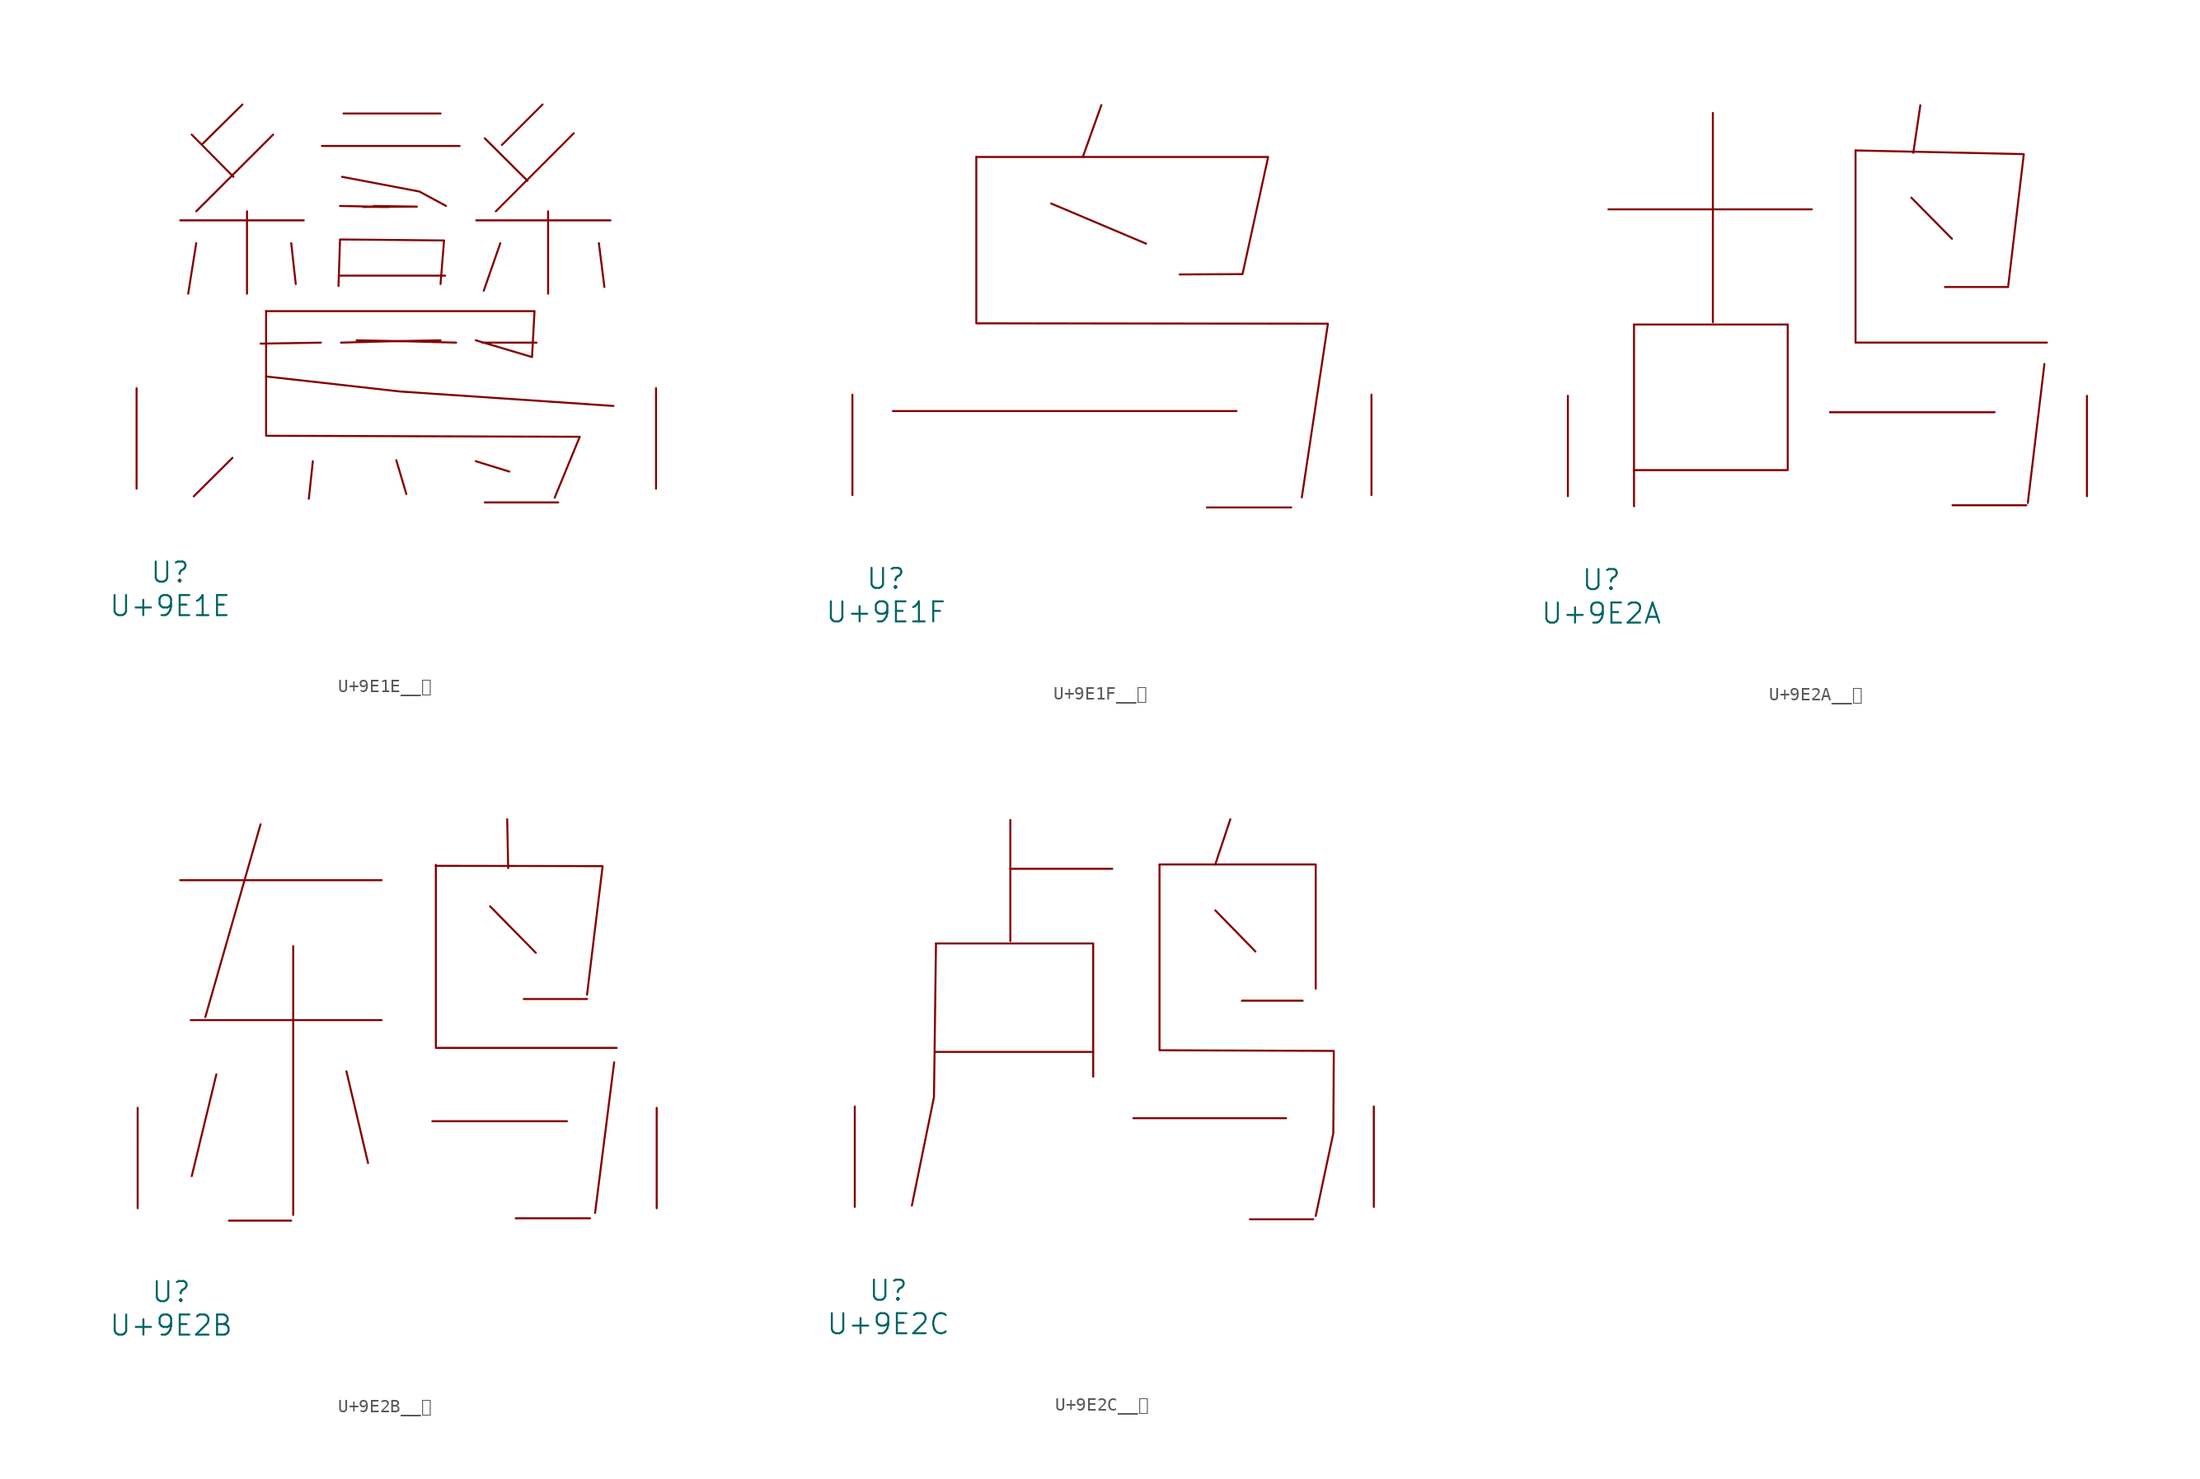
<source format=kicad_sym>
(kicad_symbol_lib
  (version 20231120)
  (generator "kicad_symbol_editor")
  (generator_version "8.0")
  (symbol "U+9E1E__鸞"
    (pin_names
      (offset 1.016))
    (property "Reference" "U"
      (at 0 -6.35 0)
      (effects (font (size 1.524 1.524))))
    (property "Value" "U+9E1E"
      (at 0 -8.89 0)
      (effects (font (size 1.524 1.524))))
    (symbol "U+9E1E__鸞_0_1"
      (polyline (pts (xy 0.762 20.345) (xy 10.135 20.345)) (stroke (width 0) (type solid)) (fill (type none)))
      (polyline (pts (xy 1.638 26.848) (xy 4.801 23.647)) (stroke (width 0) (type solid)) (fill (type none)))
      (polyline (pts (xy 1.981 18.618) (xy 1.372 14.783)) (stroke (width 0) (type solid)) (fill (type none)))
      (polyline (pts (xy 4.724 2.337) (xy 1.791 -0.584)) (stroke (width 0) (type solid)) (fill (type none)))
      (polyline (pts (xy 5.486 29.134) (xy 2.477 26.162)) (stroke (width 0) (type solid)) (fill (type none)))
      (polyline (pts (xy 5.829 21.031) (xy 5.829 14.783)) (stroke (width 0) (type solid)) (fill (type none)))
      (polyline (pts (xy 7.811 26.848) (xy 1.981 21.031)) (stroke (width 0) (type solid)) (fill (type none)))
      (polyline (pts (xy 9.182 18.618) (xy 9.525 15.519)) (stroke (width 0) (type solid)) (fill (type none)))
      (polyline (pts (xy 10.82 2.083) (xy 10.516 -0.762)) (stroke (width 0) (type solid)) (fill (type none)))
      (polyline (pts (xy 11.43 11.074) (xy 6.858 10.998)) (stroke (width 0) (type solid)) (fill (type none)))
      (polyline (pts (xy 11.506 25.984) (xy 21.946 25.984)) (stroke (width 0) (type solid)) (fill (type none)))
      (polyline (pts (xy 12.878 16.154) (xy 20.841 16.154)) (stroke (width 0) (type solid)) (fill (type none)))
      (polyline (pts (xy 12.878 18.796) (xy 12.764 15.367)) (stroke (width 0) (type solid)) (fill (type none)))
      (polyline (pts (xy 13.145 28.448) (xy 20.498 28.448)) (stroke (width 0) (type solid)) (fill (type none)))
      (polyline (pts (xy 16.535 21.361) (xy 12.878 21.438)) (stroke (width 0) (type solid)) (fill (type none)))
      (polyline (pts (xy 17.145 2.159) (xy 17.907 -0.406)) (stroke (width 0) (type solid)) (fill (type none)))
      (polyline (pts (xy 23.165 2.083) (xy 25.718 1.295)) (stroke (width 0) (type solid)) (fill (type none)))
      (polyline (pts (xy 23.203 20.345) (xy 33.376 20.345)) (stroke (width 0) (type solid)) (fill (type none)))
      (polyline (pts (xy 23.66 11.074) (xy 27.775 11.074)) (stroke (width 0) (type solid)) (fill (type none)))
      (polyline (pts (xy 23.851 -1.041) (xy 29.413 -1.041)) (stroke (width 0) (type solid)) (fill (type none)))
      (polyline (pts (xy 23.851 26.568) (xy 27.089 23.343)) (stroke (width 0) (type solid)) (fill (type none)))
      (polyline (pts (xy 25.032 18.618) (xy 23.774 15.011)) (stroke (width 0) (type solid)) (fill (type none)))
      (polyline (pts (xy 28.232 29.134) (xy 25.146 26.06)) (stroke (width 0) (type solid)) (fill (type none)))
      (polyline (pts (xy 28.651 21.031) (xy 28.651 14.783)) (stroke (width 0) (type solid)) (fill (type none)))
      (polyline (pts (xy 30.594 26.949) (xy 24.689 21.031)) (stroke (width 0) (type solid)) (fill (type none)))
      (polyline (pts (xy 32.499 18.618) (xy 32.918 15.291)) (stroke (width 0) (type solid)) (fill (type none)))
      (polyline (pts (xy 7.277 8.509) (xy 17.45 7.366) (xy 33.604 6.274)) (stroke (width 0) (type solid)) (fill (type none)))
      (polyline (pts (xy 12.878 18.898) (xy 20.765 18.821) (xy 20.498 15.519)) (stroke (width 0) (type solid)) (fill (type none)))
      (polyline (pts (xy 12.954 11.074) (xy 16.688 11.176) (xy 20.498 11.252)) (stroke (width 0) (type solid)) (fill (type none)))
      (polyline (pts (xy 13.03 23.647) (xy 18.898 22.53) (xy 20.917 21.438)) (stroke (width 0) (type solid)) (fill (type none)))
      (polyline (pts (xy 14.63 21.361) (xy 18.707 21.387) (xy 15.431 21.438)) (stroke (width 0) (type solid)) (fill (type none)))
      (polyline (pts (xy 21.679 11.074) (xy 17.907 11.176) (xy 14.135 11.252)) (stroke (width 0) (type solid)) (fill (type none)))
      (polyline (pts (xy 7.277 13.462) (xy 7.277 4.013) (xy 31.052 3.937) (xy 29.146 -0.686)) (stroke (width 0) (type solid)) (fill (type none)))
      (polyline (pts (xy 7.277 13.462) (xy 27.622 13.462) (xy 27.432 9.982) (xy 23.165 11.252)) (stroke (width 0) (type solid)) (fill (type none)))
      (pin input line (at -2.54 0 90) (length 7.62) (name "~" (effects (font (size 1.27 1.27)))) (number "~" (effects (font (size 1.27 1.27)))))
      (pin input line (at 36.83 0 90) (length 7.62) (name "~" (effects (font (size 1.27 1.27)))) (number "~" (effects (font (size 1.27 1.27)))))))
  (symbol "U+9E1F__鸟"
    (pin_names
      (offset 1.016))
    (property "Reference" "U"
      (at 0 -6.35 0)
      (effects (font (size 1.524 1.524))))
    (property "Value" "U+9E1F"
      (at 0 -8.89 0)
      (effects (font (size 1.524 1.524))))
    (symbol "U+9E1F__鸟_0_1"
      (polyline (pts (xy 0.533 6.375) (xy 26.594 6.375)) (stroke (width 0) (type solid)) (fill (type none)))
      (polyline (pts (xy 12.535 22.123) (xy 19.736 19.075)) (stroke (width 0) (type solid)) (fill (type none)))
      (polyline (pts (xy 16.345 29.591) (xy 14.935 25.654)) (stroke (width 0) (type solid)) (fill (type none)))
      (polyline (pts (xy 24.346 -0.94) (xy 30.747 -0.94)) (stroke (width 0) (type solid)) (fill (type none)))
      (polyline (pts (xy 6.858 25.654) (xy 6.858 13.03) (xy 33.528 13.005) (xy 31.547 -0.178)) (stroke (width 0) (type solid)) (fill (type none)))
      (polyline (pts (xy 6.858 25.654) (xy 28.994 25.654) (xy 27.051 16.764) (xy 22.288 16.739)) (stroke (width 0) (type solid)) (fill (type none)))
      (pin input line (at -2.54 0 90) (length 7.62) (name "~" (effects (font (size 1.27 1.27)))) (number "~" (effects (font (size 1.27 1.27)))))
      (pin input line (at 36.83 0 90) (length 7.62) (name "~" (effects (font (size 1.27 1.27)))) (number "~" (effects (font (size 1.27 1.27)))))))
  (symbol "U+9E2A__鸪"
    (pin_names
      (offset 1.016))
    (property "Reference" "U"
      (at 0 -6.35 0)
      (effects (font (size 1.524 1.524))))
    (property "Value" "U+9E2A"
      (at 0 -8.89 0)
      (effects (font (size 1.524 1.524))))
    (symbol "U+9E2A__鸪_0_1"
      (polyline (pts (xy 0.533 21.768) (xy 15.964 21.768)) (stroke (width 0) (type solid)) (fill (type none)))
      (polyline (pts (xy 2.477 1.981) (xy 14.135 1.981)) (stroke (width 0) (type solid)) (fill (type none)))
      (polyline (pts (xy 2.477 13.03) (xy 2.477 -0.762)) (stroke (width 0) (type solid)) (fill (type none)))
      (polyline (pts (xy 8.458 29.083) (xy 8.458 13.208)) (stroke (width 0) (type solid)) (fill (type none)))
      (polyline (pts (xy 17.335 6.375) (xy 29.832 6.375)) (stroke (width 0) (type solid)) (fill (type none)))
      (polyline (pts (xy 19.279 11.659) (xy 33.795 11.659)) (stroke (width 0) (type solid)) (fill (type none)))
      (polyline (pts (xy 19.279 26.238) (xy 19.279 11.659)) (stroke (width 0) (type solid)) (fill (type none)))
      (polyline (pts (xy 23.508 22.657) (xy 26.594 19.533)) (stroke (width 0) (type solid)) (fill (type none)))
      (polyline (pts (xy 24.194 29.667) (xy 23.66 26.06)) (stroke (width 0) (type solid)) (fill (type none)))
      (polyline (pts (xy 26.06 15.875) (xy 30.861 15.875)) (stroke (width 0) (type solid)) (fill (type none)))
      (polyline (pts (xy 26.632 -0.686) (xy 32.233 -0.686)) (stroke (width 0) (type solid)) (fill (type none)))
      (polyline (pts (xy 33.604 10.033) (xy 32.347 -0.508)) (stroke (width 0) (type solid)) (fill (type none)))
      (polyline (pts (xy 2.477 13.03) (xy 14.135 13.03) (xy 14.135 2.083)) (stroke (width 0) (type solid)) (fill (type none)))
      (polyline (pts (xy 19.279 26.238) (xy 32.042 25.959) (xy 30.861 15.977)) (stroke (width 0) (type solid)) (fill (type none)))
      (pin input line (at -2.54 0 90) (length 7.62) (name "~" (effects (font (size 1.27 1.27)))) (number "~" (effects (font (size 1.27 1.27)))))
      (pin input line (at 36.83 0 90) (length 7.62) (name "~" (effects (font (size 1.27 1.27)))) (number "~" (effects (font (size 1.27 1.27)))))))
  (symbol "U+9E2B__鸫"
    (pin_names
      (offset 1.016))
    (property "Reference" "U"
      (at 0 -6.35 0)
      (effects (font (size 1.524 1.524))))
    (property "Value" "U+9E2B"
      (at 0 -8.89 0)
      (effects (font (size 1.524 1.524))))
    (symbol "U+9E2B__鸫_0_1"
      (polyline (pts (xy 0.686 24.892) (xy 15.964 24.892)) (stroke (width 0) (type solid)) (fill (type none)))
      (polyline (pts (xy 1.486 14.275) (xy 15.964 14.275)) (stroke (width 0) (type solid)) (fill (type none)))
      (polyline (pts (xy 3.429 10.16) (xy 1.562 2.438)) (stroke (width 0) (type solid)) (fill (type none)))
      (polyline (pts (xy 4.381 -0.94) (xy 9.106 -0.94)) (stroke (width 0) (type solid)) (fill (type none)))
      (polyline (pts (xy 6.782 29.134) (xy 2.591 14.503)) (stroke (width 0) (type solid)) (fill (type none)))
      (polyline (pts (xy 9.258 19.888) (xy 9.258 -0.508)) (stroke (width 0) (type solid)) (fill (type none)))
      (polyline (pts (xy 13.297 10.389) (xy 14.935 3.429)) (stroke (width 0) (type solid)) (fill (type none)))
      (polyline (pts (xy 19.812 6.604) (xy 30.023 6.604)) (stroke (width 0) (type solid)) (fill (type none)))
      (polyline (pts (xy 20.079 12.167) (xy 33.795 12.167)) (stroke (width 0) (type solid)) (fill (type none)))
      (polyline (pts (xy 20.079 26.06) (xy 20.079 12.268)) (stroke (width 0) (type solid)) (fill (type none)))
      (polyline (pts (xy 24.194 22.911) (xy 27.661 19.38)) (stroke (width 0) (type solid)) (fill (type none)))
      (polyline (pts (xy 25.489 29.515) (xy 25.565 25.806)) (stroke (width 0) (type solid)) (fill (type none)))
      (polyline (pts (xy 26.137 -0.762) (xy 31.775 -0.762)) (stroke (width 0) (type solid)) (fill (type none)))
      (polyline (pts (xy 26.746 15.875) (xy 31.547 15.875)) (stroke (width 0) (type solid)) (fill (type none)))
      (polyline (pts (xy 33.604 11.074) (xy 32.156 -0.356)) (stroke (width 0) (type solid)) (fill (type none)))
      (polyline (pts (xy 20.079 25.984) (xy 32.728 25.959) (xy 31.547 16.205)) (stroke (width 0) (type solid)) (fill (type none)))
      (pin input line (at -2.54 0 90) (length 7.62) (name "~" (effects (font (size 1.27 1.27)))) (number "~" (effects (font (size 1.27 1.27)))))
      (pin input line (at 36.83 0 90) (length 7.62) (name "~" (effects (font (size 1.27 1.27)))) (number "~" (effects (font (size 1.27 1.27)))))))
  (symbol "U+9E2C__鸬"
    (pin_names
      (offset 1.016))
    (property "Reference" "U"
      (at 0 -6.35 0)
      (effects (font (size 1.524 1.524))))
    (property "Value" "U+9E2C"
      (at 0 -8.89 0)
      (effects (font (size 1.524 1.524))))
    (symbol "U+9E2C__鸬_0_1"
      (polyline (pts (xy 3.619 11.76) (xy 15.545 11.76)) (stroke (width 0) (type solid)) (fill (type none)))
      (polyline (pts (xy 9.258 25.654) (xy 16.993 25.654)) (stroke (width 0) (type solid)) (fill (type none)))
      (polyline (pts (xy 9.258 29.362) (xy 9.258 20.168)) (stroke (width 0) (type solid)) (fill (type none)))
      (polyline (pts (xy 18.593 6.731) (xy 30.175 6.731)) (stroke (width 0) (type solid)) (fill (type none)))
      (polyline (pts (xy 24.803 22.504) (xy 27.851 19.38)) (stroke (width 0) (type solid)) (fill (type none)))
      (polyline (pts (xy 25.946 29.413) (xy 24.803 25.984)) (stroke (width 0) (type solid)) (fill (type none)))
      (polyline (pts (xy 26.822 15.646) (xy 31.433 15.646)) (stroke (width 0) (type solid)) (fill (type none)))
      (polyline (pts (xy 27.432 -0.94) (xy 32.233 -0.94)) (stroke (width 0) (type solid)) (fill (type none)))
      (polyline (pts (xy 3.619 19.99) (xy 3.467 8.331) (xy 1.791 0.102)) (stroke (width 0) (type solid)) (fill (type none)))
      (polyline (pts (xy 3.619 19.99) (xy 15.545 19.99) (xy 15.545 9.881)) (stroke (width 0) (type solid)) (fill (type none)))
      (polyline (pts (xy 20.574 25.984) (xy 32.423 25.984) (xy 32.423 16.561)) (stroke (width 0) (type solid)) (fill (type none)))
      (polyline (pts (xy 20.574 25.984) (xy 20.574 11.887) (xy 33.795 11.836) (xy 33.757 5.588) (xy 32.423 -0.686)) (stroke (width 0) (type solid)) (fill (type none)))
      (pin input line (at -2.54 0 90) (length 7.62) (name "~" (effects (font (size 1.27 1.27)))) (number "~" (effects (font (size 1.27 1.27)))))
      (pin input line (at 36.83 0 90) (length 7.62) (name "~" (effects (font (size 1.27 1.27)))) (number "~" (effects (font (size 1.27 1.27))))))))
</source>
